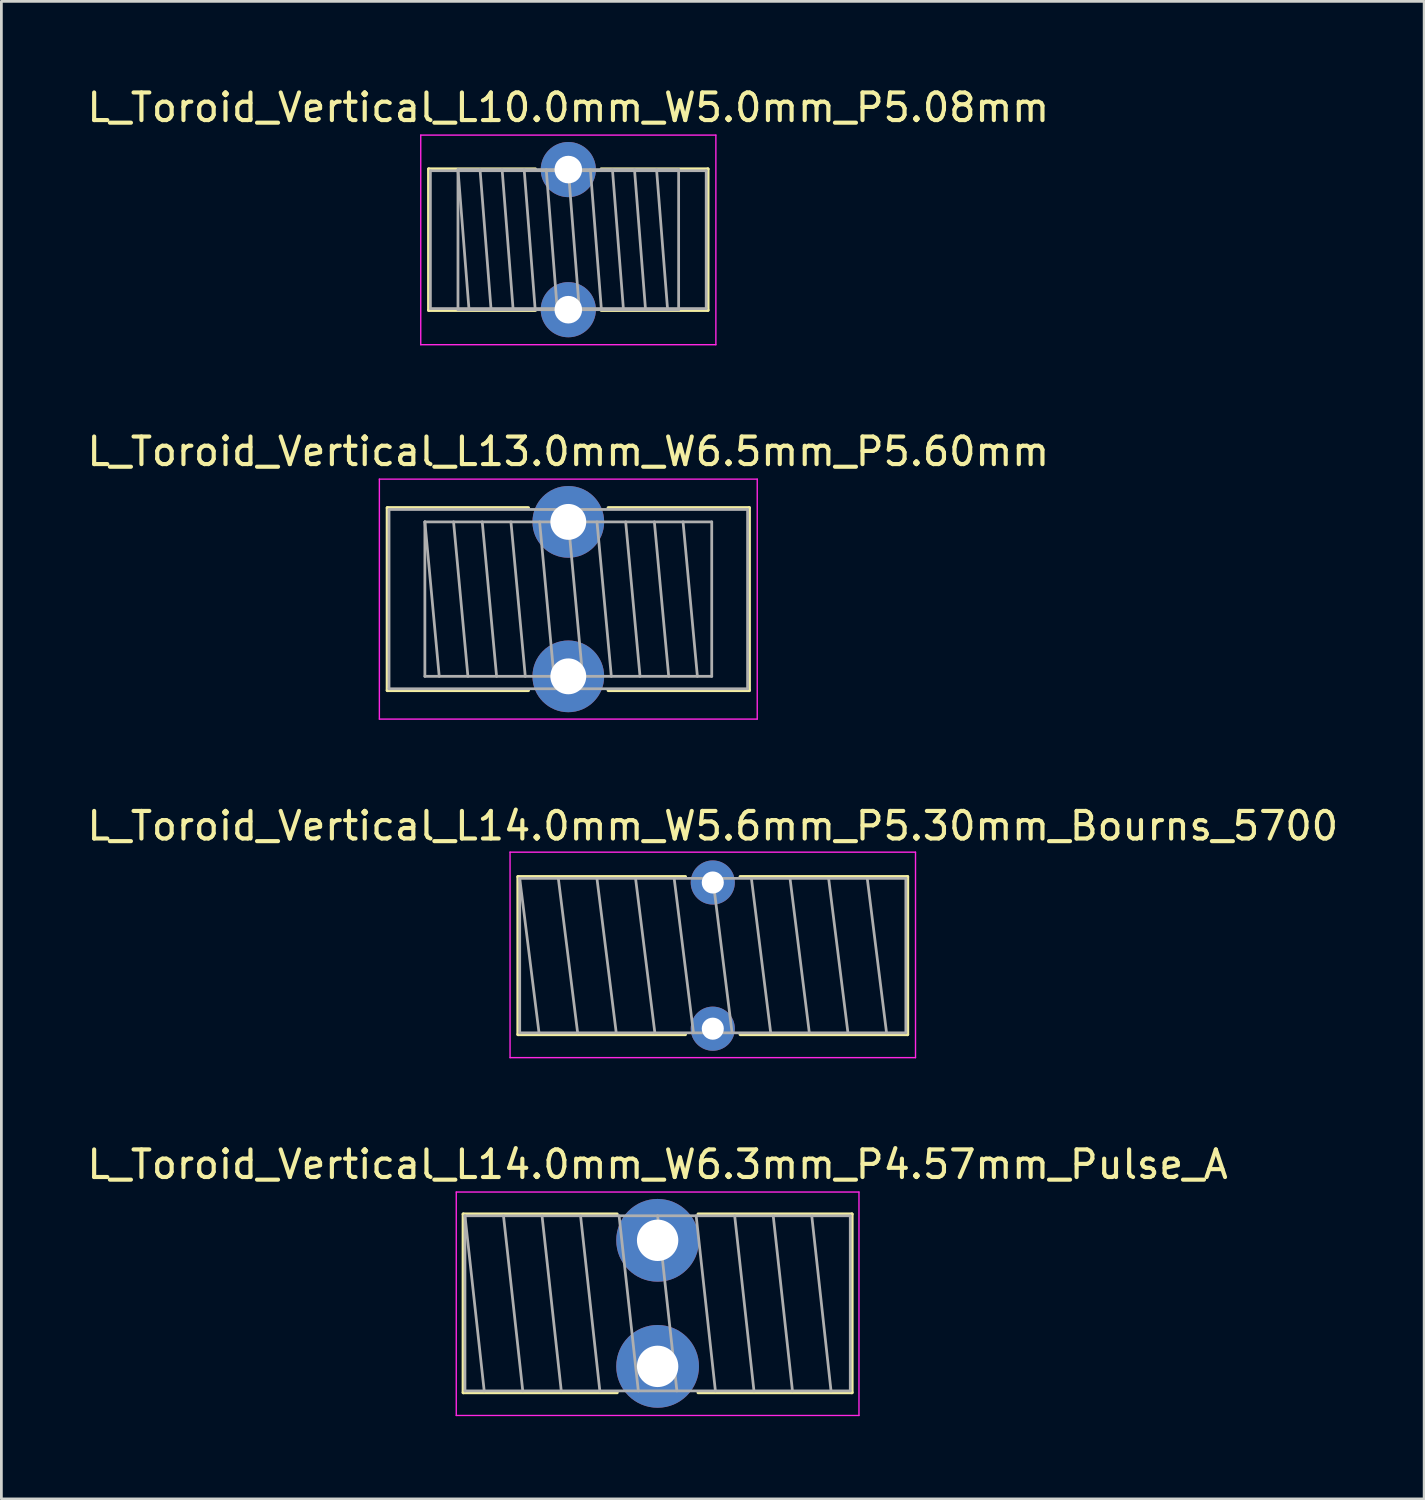
<source format=kicad_pcb>
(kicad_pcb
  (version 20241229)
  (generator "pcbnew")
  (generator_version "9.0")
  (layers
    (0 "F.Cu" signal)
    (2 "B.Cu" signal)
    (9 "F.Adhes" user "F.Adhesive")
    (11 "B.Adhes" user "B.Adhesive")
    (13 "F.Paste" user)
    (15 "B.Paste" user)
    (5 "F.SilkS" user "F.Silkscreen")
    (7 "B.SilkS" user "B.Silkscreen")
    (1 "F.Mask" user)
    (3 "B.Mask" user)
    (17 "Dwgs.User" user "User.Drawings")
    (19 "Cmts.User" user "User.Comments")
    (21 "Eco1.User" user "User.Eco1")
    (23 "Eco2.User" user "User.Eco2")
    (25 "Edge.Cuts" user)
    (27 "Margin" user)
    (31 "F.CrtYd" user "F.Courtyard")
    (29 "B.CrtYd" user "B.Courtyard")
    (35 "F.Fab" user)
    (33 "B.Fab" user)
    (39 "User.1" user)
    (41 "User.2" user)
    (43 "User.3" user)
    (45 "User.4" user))
  (footprint "L_Toroid_Vertical_L10.0mm_W5.0mm_P5.08mm"
    (layer "F.Cu")
    (at 17.554 3.098)
    (property "Reference" "L_Toroid_Vertical_L10.0mm_W5.0mm_P5.08mm" (at 0 -2.25 0) (layer "F.SilkS") (effects (font (size 1 1) (thickness 0.15))))
    (attr through_hole)
    (fp_line (start -5.06 -0.02) (end -5.06 5.1) (stroke (width 0.12) (type solid)) (layer "F.SilkS"))
    (fp_line (start -5.06 -0.02) (end -1.195 -0.02) (stroke (width 0.12) (type solid)) (layer "F.SilkS"))
    (fp_line (start -5.06 5.1) (end -1.195 5.1) (stroke (width 0.12) (type solid)) (layer "F.SilkS"))
    (fp_line (start 1.195 -0.02) (end 5.06 -0.02) (stroke (width 0.12) (type solid)) (layer "F.SilkS"))
    (fp_line (start 1.195 5.1) (end 5.06 5.1) (stroke (width 0.12) (type solid)) (layer "F.SilkS"))
    (fp_line (start 5.06 -0.02) (end 5.06 5.1) (stroke (width 0.12) (type solid)) (layer "F.SilkS"))
    (fp_line (start -5.35 -1.25) (end -5.35 6.35) (stroke (width 0.05) (type solid)) (layer "F.CrtYd"))
    (fp_line (start -5.35 6.35) (end 5.35 6.35) (stroke (width 0.05) (type solid)) (layer "F.CrtYd"))
    (fp_line (start 5.35 -1.25) (end -5.35 -1.25) (stroke (width 0.05) (type solid)) (layer "F.CrtYd"))
    (fp_line (start 5.35 6.35) (end 5.35 -1.25) (stroke (width 0.05) (type solid)) (layer "F.CrtYd"))
    (fp_line (start -5 0.04) (end -5 5.04) (stroke (width 0.1) (type solid)) (layer "F.Fab"))
    (fp_line (start -5 5.04) (end 5 5.04) (stroke (width 0.1) (type solid)) (layer "F.Fab"))
    (fp_line (start -4 0) (end -4 5.08) (stroke (width 0.1) (type solid)) (layer "F.Fab"))
    (fp_line (start -4 0) (end -3.6 5.08) (stroke (width 0.1) (type solid)) (layer "F.Fab"))
    (fp_line (start -4 5.08) (end 4 5.08) (stroke (width 0.1) (type solid)) (layer "F.Fab"))
    (fp_line (start -3.2 0) (end -2.8 5.08) (stroke (width 0.1) (type solid)) (layer "F.Fab"))
    (fp_line (start -2.4 0) (end -2 5.08) (stroke (width 0.1) (type solid)) (layer "F.Fab"))
    (fp_line (start -1.6 0) (end -1.2 5.08) (stroke (width 0.1) (type solid)) (layer "F.Fab"))
    (fp_line (start -0.8 0) (end -0.4 5.08) (stroke (width 0.1) (type solid)) (layer "F.Fab"))
    (fp_line (start 0 0) (end 0.4 5.08) (stroke (width 0.1) (type solid)) (layer "F.Fab"))
    (fp_line (start 0.8 0) (end 1.2 5.08) (stroke (width 0.1) (type solid)) (layer "F.Fab"))
    (fp_line (start 1.6 0) (end 2 5.08) (stroke (width 0.1) (type solid)) (layer "F.Fab"))
    (fp_line (start 2.4 0) (end 2.8 5.08) (stroke (width 0.1) (type solid)) (layer "F.Fab"))
    (fp_line (start 3.2 0) (end 3.6 5.08) (stroke (width 0.1) (type solid)) (layer "F.Fab"))
    (fp_line (start 4 0) (end -4 0) (stroke (width 0.1) (type solid)) (layer "F.Fab"))
    (fp_line (start 4 5.08) (end 4 0) (stroke (width 0.1) (type solid)) (layer "F.Fab"))
    (fp_line (start 5 0.04) (end -5 0.04) (stroke (width 0.1) (type solid)) (layer "F.Fab"))
    (fp_line (start 5 5.04) (end 5 0.04) (stroke (width 0.1) (type solid)) (layer "F.Fab"))
    (pad "1" thru_hole circle (at 0 0) (size 2 2) (drill 1) (layers "*.Cu" "*.Mask"))
    (pad "2" thru_hole circle (at 0 5.08) (size 2 2) (drill 1) (layers "*.Cu" "*.Mask")))
  (footprint "L_Toroid_Vertical_L13.0mm_W6.5mm_P5.60mm"
    (layer "F.Cu")
    (at 17.554 15.871)
    (property "Reference" "L_Toroid_Vertical_L13.0mm_W6.5mm_P5.60mm" (at 0 -2.55 0) (layer "F.SilkS") (effects (font (size 1 1) (thickness 0.15))))
    (attr through_hole)
    (fp_line (start -6.56 -0.51) (end -6.56 6.11) (stroke (width 0.12) (type solid)) (layer "F.SilkS"))
    (fp_line (start -6.56 -0.51) (end -1.449 -0.51) (stroke (width 0.12) (type solid)) (layer "F.SilkS"))
    (fp_line (start -6.56 6.11) (end -1.449 6.11) (stroke (width 0.12) (type solid)) (layer "F.SilkS"))
    (fp_line (start 1.449 -0.51) (end 6.56 -0.51) (stroke (width 0.12) (type solid)) (layer "F.SilkS"))
    (fp_line (start 1.449 6.11) (end 6.56 6.11) (stroke (width 0.12) (type solid)) (layer "F.SilkS"))
    (fp_line (start 6.56 -0.51) (end 6.56 6.11) (stroke (width 0.12) (type solid)) (layer "F.SilkS"))
    (fp_line (start -6.85 -1.55) (end -6.85 7.15) (stroke (width 0.05) (type solid)) (layer "F.CrtYd"))
    (fp_line (start -6.85 7.15) (end 6.85 7.15) (stroke (width 0.05) (type solid)) (layer "F.CrtYd"))
    (fp_line (start 6.85 -1.55) (end -6.85 -1.55) (stroke (width 0.05) (type solid)) (layer "F.CrtYd"))
    (fp_line (start 6.85 7.15) (end 6.85 -1.55) (stroke (width 0.05) (type solid)) (layer "F.CrtYd"))
    (fp_line (start -6.5 -0.45) (end -6.5 6.05) (stroke (width 0.1) (type solid)) (layer "F.Fab"))
    (fp_line (start -6.5 6.05) (end 6.5 6.05) (stroke (width 0.1) (type solid)) (layer "F.Fab"))
    (fp_line (start -5.2 0) (end -5.2 5.6) (stroke (width 0.1) (type solid)) (layer "F.Fab"))
    (fp_line (start -5.2 0) (end -4.68 5.6) (stroke (width 0.1) (type solid)) (layer "F.Fab"))
    (fp_line (start -5.2 5.6) (end 5.2 5.6) (stroke (width 0.1) (type solid)) (layer "F.Fab"))
    (fp_line (start -4.16 0) (end -3.64 5.6) (stroke (width 0.1) (type solid)) (layer "F.Fab"))
    (fp_line (start -3.12 0) (end -2.6 5.6) (stroke (width 0.1) (type solid)) (layer "F.Fab"))
    (fp_line (start -2.08 0) (end -1.56 5.6) (stroke (width 0.1) (type solid)) (layer "F.Fab"))
    (fp_line (start -1.04 0) (end -0.52 5.6) (stroke (width 0.1) (type solid)) (layer "F.Fab"))
    (fp_line (start 0 0) (end 0.52 5.6) (stroke (width 0.1) (type solid)) (layer "F.Fab"))
    (fp_line (start 1.04 0) (end 1.56 5.6) (stroke (width 0.1) (type solid)) (layer "F.Fab"))
    (fp_line (start 2.08 0) (end 2.6 5.6) (stroke (width 0.1) (type solid)) (layer "F.Fab"))
    (fp_line (start 3.12 0) (end 3.64 5.6) (stroke (width 0.1) (type solid)) (layer "F.Fab"))
    (fp_line (start 4.16 0) (end 4.68 5.6) (stroke (width 0.1) (type solid)) (layer "F.Fab"))
    (fp_line (start 5.2 0) (end -5.2 0) (stroke (width 0.1) (type solid)) (layer "F.Fab"))
    (fp_line (start 5.2 5.6) (end 5.2 0) (stroke (width 0.1) (type solid)) (layer "F.Fab"))
    (fp_line (start 6.5 -0.45) (end -6.5 -0.45) (stroke (width 0.1) (type solid)) (layer "F.Fab"))
    (fp_line (start 6.5 6.05) (end 6.5 -0.45) (stroke (width 0.1) (type solid)) (layer "F.Fab"))
    (pad "1" thru_hole circle (at 0 0) (size 2.6 2.6) (drill 1.3) (layers "*.Cu" "*.Mask"))
    (pad "2" thru_hole circle (at 0 5.6) (size 2.6 2.6) (drill 1.3) (layers "*.Cu" "*.Mask")))
  (footprint "L_Toroid_Vertical_L14.0mm_W5.6mm_P5.30mm_Bourns_5700"
    (layer "F.Cu")
    (at 22.792 28.945)
    (property "Reference" "L_Toroid_Vertical_L14.0mm_W5.6mm_P5.30mm_Bourns_5700" (at 0 -2.05 0) (layer "F.SilkS") (effects (font (size 1 1) (thickness 0.15))))
    (attr through_hole)
    (fp_line (start -7.06 -0.21) (end -7.06 5.51) (stroke (width 0.12) (type solid)) (layer "F.SilkS"))
    (fp_line (start -7.06 -0.21) (end -0.995 -0.21) (stroke (width 0.12) (type solid)) (layer "F.SilkS"))
    (fp_line (start -7.06 5.51) (end -0.995 5.51) (stroke (width 0.12) (type solid)) (layer "F.SilkS"))
    (fp_line (start 0.995 -0.21) (end 7.06 -0.21) (stroke (width 0.12) (type solid)) (layer "F.SilkS"))
    (fp_line (start 0.995 5.51) (end 7.06 5.51) (stroke (width 0.12) (type solid)) (layer "F.SilkS"))
    (fp_line (start 7.06 -0.21) (end 7.06 5.51) (stroke (width 0.12) (type solid)) (layer "F.SilkS"))
    (fp_line (start -7.35 -1.1) (end -7.35 6.35) (stroke (width 0.05) (type solid)) (layer "F.CrtYd"))
    (fp_line (start -7.35 6.35) (end 7.35 6.35) (stroke (width 0.05) (type solid)) (layer "F.CrtYd"))
    (fp_line (start 7.35 -1.1) (end -7.35 -1.1) (stroke (width 0.05) (type solid)) (layer "F.CrtYd"))
    (fp_line (start 7.35 6.35) (end 7.35 -1.1) (stroke (width 0.05) (type solid)) (layer "F.CrtYd"))
    (fp_line (start -7 -0.15) (end -7 5.45) (stroke (width 0.1) (type solid)) (layer "F.Fab"))
    (fp_line (start -7 -0.15) (end -6.3 5.45) (stroke (width 0.1) (type solid)) (layer "F.Fab"))
    (fp_line (start -7 5.45) (end 7 5.45) (stroke (width 0.1) (type solid)) (layer "F.Fab"))
    (fp_line (start -5.6 -0.15) (end -4.9 5.45) (stroke (width 0.1) (type solid)) (layer "F.Fab"))
    (fp_line (start -4.2 -0.15) (end -3.5 5.45) (stroke (width 0.1) (type solid)) (layer "F.Fab"))
    (fp_line (start -2.8 -0.15) (end -2.1 5.45) (stroke (width 0.1) (type solid)) (layer "F.Fab"))
    (fp_line (start -1.4 -0.15) (end -0.7 5.45) (stroke (width 0.1) (type solid)) (layer "F.Fab"))
    (fp_line (start 0 -0.15) (end 0.7 5.45) (stroke (width 0.1) (type solid)) (layer "F.Fab"))
    (fp_line (start 1.4 -0.15) (end 2.1 5.45) (stroke (width 0.1) (type solid)) (layer "F.Fab"))
    (fp_line (start 2.8 -0.15) (end 3.5 5.45) (stroke (width 0.1) (type solid)) (layer "F.Fab"))
    (fp_line (start 4.2 -0.15) (end 4.9 5.45) (stroke (width 0.1) (type solid)) (layer "F.Fab"))
    (fp_line (start 5.6 -0.15) (end 6.3 5.45) (stroke (width 0.1) (type solid)) (layer "F.Fab"))
    (fp_line (start 7 -0.15) (end -7 -0.15) (stroke (width 0.1) (type solid)) (layer "F.Fab"))
    (fp_line (start 7 5.45) (end 7 -0.15) (stroke (width 0.1) (type solid)) (layer "F.Fab"))
    (pad "1" thru_hole circle (at 0 0) (size 1.6 1.6) (drill 0.8) (layers "*.Cu" "*.Mask"))
    (pad "2" thru_hole circle (at 0 5.3) (size 1.6 1.6) (drill 0.8) (layers "*.Cu" "*.Mask")))
  (footprint "L_Toroid_Vertical_L14.0mm_W6.3mm_P4.57mm_Pulse_A"
    (layer "F.Cu")
    (at 20.792 41.918)
    (property "Reference" "L_Toroid_Vertical_L14.0mm_W6.3mm_P4.57mm_Pulse_A" (at 0 -2.75 0) (layer "F.SilkS") (effects (font (size 1 1) (thickness 0.15))))
    (attr through_hole)
    (fp_line (start -7.045 -0.95) (end -7.045 5.52) (stroke (width 0.12) (type solid)) (layer "F.SilkS"))
    (fp_line (start -7.045 -0.95) (end -1.47 -0.95) (stroke (width 0.12) (type solid)) (layer "F.SilkS"))
    (fp_line (start -7.045 5.52) (end -1.47 5.52) (stroke (width 0.12) (type solid)) (layer "F.SilkS"))
    (fp_line (start 1.47 -0.95) (end 7.045 -0.95) (stroke (width 0.12) (type solid)) (layer "F.SilkS"))
    (fp_line (start 1.47 5.52) (end 7.045 5.52) (stroke (width 0.12) (type solid)) (layer "F.SilkS"))
    (fp_line (start 7.045 -0.95) (end 7.045 5.52) (stroke (width 0.12) (type solid)) (layer "F.SilkS"))
    (fp_line (start -7.3 -1.75) (end -7.3 6.35) (stroke (width 0.05) (type solid)) (layer "F.CrtYd"))
    (fp_line (start -7.3 6.35) (end 7.3 6.35) (stroke (width 0.05) (type solid)) (layer "F.CrtYd"))
    (fp_line (start 7.3 -1.75) (end -7.3 -1.75) (stroke (width 0.05) (type solid)) (layer "F.CrtYd"))
    (fp_line (start 7.3 6.35) (end 7.3 -1.75) (stroke (width 0.05) (type solid)) (layer "F.CrtYd"))
    (fp_line (start -6.985 -0.89) (end -6.985 5.46) (stroke (width 0.1) (type solid)) (layer "F.Fab"))
    (fp_line (start -6.985 -0.89) (end -6.287 5.46) (stroke (width 0.1) (type solid)) (layer "F.Fab"))
    (fp_line (start -6.985 5.46) (end 6.985 5.46) (stroke (width 0.1) (type solid)) (layer "F.Fab"))
    (fp_line (start -5.588 -0.89) (end -4.889 5.46) (stroke (width 0.1) (type solid)) (layer "F.Fab"))
    (fp_line (start -4.191 -0.89) (end -3.493 5.46) (stroke (width 0.1) (type solid)) (layer "F.Fab"))
    (fp_line (start -2.794 -0.89) (end -2.095 5.46) (stroke (width 0.1) (type solid)) (layer "F.Fab"))
    (fp_line (start -1.397 -0.89) (end -0.699 5.46) (stroke (width 0.1) (type solid)) (layer "F.Fab"))
    (fp_line (start 0 -0.89) (end 0.699 5.46) (stroke (width 0.1) (type solid)) (layer "F.Fab"))
    (fp_line (start 1.397 -0.89) (end 2.095 5.46) (stroke (width 0.1) (type solid)) (layer "F.Fab"))
    (fp_line (start 2.794 -0.89) (end 3.493 5.46) (stroke (width 0.1) (type solid)) (layer "F.Fab"))
    (fp_line (start 4.191 -0.89) (end 4.889 5.46) (stroke (width 0.1) (type solid)) (layer "F.Fab"))
    (fp_line (start 5.588 -0.89) (end 6.287 5.46) (stroke (width 0.1) (type solid)) (layer "F.Fab"))
    (fp_line (start 6.985 -0.89) (end -6.985 -0.89) (stroke (width 0.1) (type solid)) (layer "F.Fab"))
    (fp_line (start 6.985 5.46) (end 6.985 -0.89) (stroke (width 0.1) (type solid)) (layer "F.Fab"))
    (pad "1" thru_hole circle (at 0 0) (size 3 3) (drill 1.5) (layers "*.Cu" "*.Mask"))
    (pad "2" thru_hole circle (at 0 4.57) (size 3 3) (drill 1.5) (layers "*.Cu" "*.Mask")))
  (gr_rect
    (start -3 -3)
    (end 48.583 51.293)
    (stroke (width 0.1) (type default))
    (fill no)
    (layer "Edge.Cuts")))
</source>
